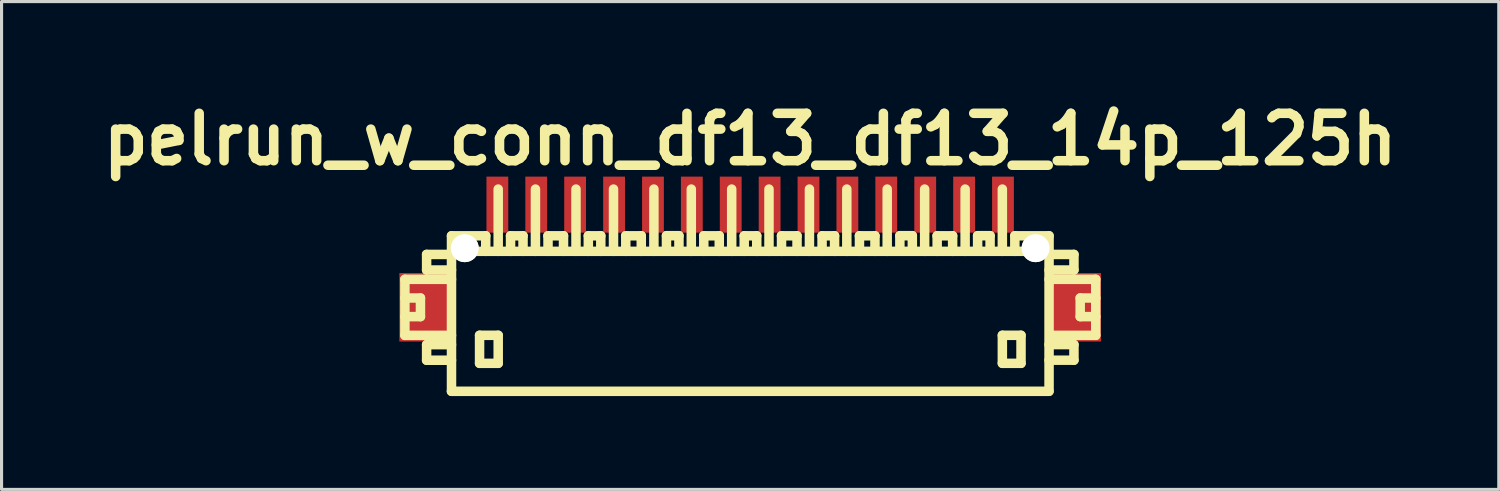
<source format=kicad_pcb>
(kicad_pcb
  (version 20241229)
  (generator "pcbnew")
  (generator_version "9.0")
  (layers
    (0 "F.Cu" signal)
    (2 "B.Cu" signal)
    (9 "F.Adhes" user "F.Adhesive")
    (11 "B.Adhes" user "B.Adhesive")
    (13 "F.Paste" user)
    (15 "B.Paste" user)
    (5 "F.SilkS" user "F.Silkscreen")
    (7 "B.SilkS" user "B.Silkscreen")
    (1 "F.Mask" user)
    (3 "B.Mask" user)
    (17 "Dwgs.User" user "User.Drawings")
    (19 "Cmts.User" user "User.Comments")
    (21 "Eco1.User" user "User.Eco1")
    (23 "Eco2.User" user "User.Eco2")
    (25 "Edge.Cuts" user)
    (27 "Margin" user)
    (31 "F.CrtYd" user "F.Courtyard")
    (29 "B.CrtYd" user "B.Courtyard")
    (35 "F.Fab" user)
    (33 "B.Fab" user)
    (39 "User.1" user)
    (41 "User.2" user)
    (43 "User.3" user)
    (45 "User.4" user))
  (footprint "pelrun_w_conn_df13_df13_14p_125h"
    (layer "F.Cu")
    (at 21.06 7.027)
    (property "Reference" "pelrun_w_conn_df13_df13_14p_125h" (at 0 -5.601 0) (layer "F.SilkS") (effects (font (size 1.524 1.524) (thickness 0.305))))
    (attr through_hole)
    (fp_line (start -11.097 -1.1) (end -11.097 0.701) (stroke (width 0.305) (type solid)) (layer "F.SilkS"))
    (fp_line (start -11.097 0.701) (end -9.599 0.701) (stroke (width 0.305) (type solid)) (layer "F.SilkS"))
    (fp_line (start -10.597 -0.5) (end -11.097 -0.5) (stroke (width 0.305) (type solid)) (layer "F.SilkS"))
    (fp_line (start -10.597 0.099) (end -11.097 0.099) (stroke (width 0.305) (type solid)) (layer "F.SilkS"))
    (fp_line (start -10.597 0.099) (end -10.597 -0.5) (stroke (width 0.305) (type solid)) (layer "F.SilkS"))
    (fp_line (start -10.399 -1.9) (end -10.399 -1.4) (stroke (width 0.305) (type solid)) (layer "F.SilkS"))
    (fp_line (start -10.399 -1.9) (end -9.599 -1.9) (stroke (width 0.305) (type solid)) (layer "F.SilkS"))
    (fp_line (start -10.399 1.001) (end -10.399 1.501) (stroke (width 0.305) (type solid)) (layer "F.SilkS"))
    (fp_line (start -10.399 1.501) (end -9.599 1.501) (stroke (width 0.305) (type solid)) (layer "F.SilkS"))
    (fp_line (start -9.601 2.499) (end 9.601 2.499) (stroke (width 0.305) (type solid)) (layer "F.SilkS"))
    (fp_line (start -9.599 -1.4) (end -10.399 -1.4) (stroke (width 0.305) (type solid)) (layer "F.SilkS"))
    (fp_line (start -9.599 -1.1) (end -11.097 -1.1) (stroke (width 0.305) (type solid)) (layer "F.SilkS"))
    (fp_line (start -9.599 1.001) (end -10.399 1.001) (stroke (width 0.305) (type solid)) (layer "F.SilkS"))
    (fp_line (start -9.599 2.499) (end -9.599 -2.499) (stroke (width 0.305) (type solid)) (layer "F.SilkS"))
    (fp_line (start -8.697 0.699) (end -8.697 1.6) (stroke (width 0.305) (type solid)) (layer "F.SilkS"))
    (fp_line (start -8.697 1.6) (end -8.098 1.6) (stroke (width 0.305) (type solid)) (layer "F.SilkS"))
    (fp_line (start -8.499 -2.499) (end -9.599 -2.499) (stroke (width 0.305) (type solid)) (layer "F.SilkS"))
    (fp_line (start -8.499 -2.499) (end -8.499 -1.999) (stroke (width 0.305) (type solid)) (layer "F.SilkS"))
    (fp_line (start -8.098 -4) (end -8.098 -1.999) (stroke (width 0.305) (type solid)) (layer "F.SilkS"))
    (fp_line (start -8.098 0.699) (end -8.697 0.699) (stroke (width 0.305) (type solid)) (layer "F.SilkS"))
    (fp_line (start -8.098 1.6) (end -8.098 0.699) (stroke (width 0.305) (type solid)) (layer "F.SilkS"))
    (fp_line (start -7.701 -2.499) (end -7.701 -1.999) (stroke (width 0.305) (type solid)) (layer "F.SilkS"))
    (fp_line (start -7.3 -2.499) (end -7.701 -2.499) (stroke (width 0.305) (type solid)) (layer "F.SilkS"))
    (fp_line (start -7.3 -2.499) (end -7.3 -1.999) (stroke (width 0.305) (type solid)) (layer "F.SilkS"))
    (fp_line (start -6.901 -1.999) (end -6.901 -4) (stroke (width 0.305) (type solid)) (layer "F.SilkS"))
    (fp_line (start -6.5 -2.499) (end -5.999 -2.499) (stroke (width 0.305) (type solid)) (layer "F.SilkS"))
    (fp_line (start -6.497 -1.999) (end -6.497 -2.499) (stroke (width 0.305) (type solid)) (layer "F.SilkS"))
    (fp_line (start -5.999 -2.499) (end -5.999 -1.999) (stroke (width 0.305) (type solid)) (layer "F.SilkS"))
    (fp_line (start -5.598 -1.999) (end -5.598 -4) (stroke (width 0.305) (type solid)) (layer "F.SilkS"))
    (fp_line (start -5.202 -2.499) (end -5.202 -1.999) (stroke (width 0.305) (type solid)) (layer "F.SilkS"))
    (fp_line (start -4.801 -2.499) (end -5.202 -2.499) (stroke (width 0.305) (type solid)) (layer "F.SilkS"))
    (fp_line (start -4.801 -2.499) (end -4.801 -1.999) (stroke (width 0.305) (type solid)) (layer "F.SilkS"))
    (fp_line (start -4.392 -1.999) (end -4.392 -4) (stroke (width 0.305) (type solid)) (layer "F.SilkS"))
    (fp_line (start -4 -2.499) (end -3.5 -2.499) (stroke (width 0.305) (type solid)) (layer "F.SilkS"))
    (fp_line (start -3.998 -1.999) (end -3.998 -2.499) (stroke (width 0.305) (type solid)) (layer "F.SilkS"))
    (fp_line (start -3.5 -2.499) (end -3.5 -1.999) (stroke (width 0.305) (type solid)) (layer "F.SilkS"))
    (fp_line (start -3.094 -1.999) (end -3.094 -4) (stroke (width 0.305) (type solid)) (layer "F.SilkS"))
    (fp_line (start -2.69 -2.502) (end -2.69 -2.002) (stroke (width 0.305) (type solid)) (layer "F.SilkS"))
    (fp_line (start -2.289 -2.502) (end -2.69 -2.502) (stroke (width 0.305) (type solid)) (layer "F.SilkS"))
    (fp_line (start -2.289 -2.502) (end -2.289 -2.002) (stroke (width 0.305) (type solid)) (layer "F.SilkS"))
    (fp_line (start -1.892 -1.999) (end -1.892 -4) (stroke (width 0.305) (type solid)) (layer "F.SilkS"))
    (fp_line (start -1.494 -2.499) (end -0.993 -2.499) (stroke (width 0.305) (type solid)) (layer "F.SilkS"))
    (fp_line (start -1.491 -1.999) (end -1.491 -2.499) (stroke (width 0.305) (type solid)) (layer "F.SilkS"))
    (fp_line (start -0.993 -2.499) (end -0.993 -1.999) (stroke (width 0.305) (type solid)) (layer "F.SilkS"))
    (fp_line (start -0.594 -1.999) (end -0.594 -4) (stroke (width 0.305) (type solid)) (layer "F.SilkS"))
    (fp_line (start -0.191 -2.499) (end -0.191 -1.999) (stroke (width 0.305) (type solid)) (layer "F.SilkS"))
    (fp_line (start 0.211 -2.499) (end -0.191 -2.499) (stroke (width 0.305) (type solid)) (layer "F.SilkS"))
    (fp_line (start 0.211 -2.499) (end 0.211 -1.999) (stroke (width 0.305) (type solid)) (layer "F.SilkS"))
    (fp_line (start 0.605 -1.999) (end 0.605 -4) (stroke (width 0.305) (type solid)) (layer "F.SilkS"))
    (fp_line (start 1.006 -2.499) (end 1.506 -2.499) (stroke (width 0.305) (type solid)) (layer "F.SilkS"))
    (fp_line (start 1.008 -1.999) (end 1.008 -2.499) (stroke (width 0.305) (type solid)) (layer "F.SilkS"))
    (fp_line (start 1.506 -2.499) (end 1.506 -1.999) (stroke (width 0.305) (type solid)) (layer "F.SilkS"))
    (fp_line (start 1.905 -1.999) (end 1.905 -4) (stroke (width 0.305) (type solid)) (layer "F.SilkS"))
    (fp_line (start 2.311 -2.499) (end 2.311 -1.999) (stroke (width 0.305) (type solid)) (layer "F.SilkS"))
    (fp_line (start 2.713 -2.499) (end 2.311 -2.499) (stroke (width 0.305) (type solid)) (layer "F.SilkS"))
    (fp_line (start 2.713 -2.499) (end 2.713 -1.999) (stroke (width 0.305) (type solid)) (layer "F.SilkS"))
    (fp_line (start 3.106 -1.999) (end 3.106 -4) (stroke (width 0.305) (type solid)) (layer "F.SilkS"))
    (fp_line (start 3.51 -2.499) (end 4.011 -2.499) (stroke (width 0.305) (type solid)) (layer "F.SilkS"))
    (fp_line (start 3.513 -1.999) (end 3.513 -2.499) (stroke (width 0.305) (type solid)) (layer "F.SilkS"))
    (fp_line (start 4.011 -2.499) (end 4.011 -1.999) (stroke (width 0.305) (type solid)) (layer "F.SilkS"))
    (fp_line (start 4.404 -1.999) (end 4.404 -4) (stroke (width 0.305) (type solid)) (layer "F.SilkS"))
    (fp_line (start 4.811 -2.502) (end 4.811 -2.002) (stroke (width 0.305) (type solid)) (layer "F.SilkS"))
    (fp_line (start 5.212 -2.502) (end 4.811 -2.502) (stroke (width 0.305) (type solid)) (layer "F.SilkS"))
    (fp_line (start 5.212 -2.502) (end 5.212 -2.002) (stroke (width 0.305) (type solid)) (layer "F.SilkS"))
    (fp_line (start 5.608 -1.999) (end 5.608 -4) (stroke (width 0.305) (type solid)) (layer "F.SilkS"))
    (fp_line (start 6.007 -2.499) (end 6.507 -2.499) (stroke (width 0.305) (type solid)) (layer "F.SilkS"))
    (fp_line (start 6.01 -1.999) (end 6.01 -2.499) (stroke (width 0.305) (type solid)) (layer "F.SilkS"))
    (fp_line (start 6.507 -2.499) (end 6.507 -1.999) (stroke (width 0.305) (type solid)) (layer "F.SilkS"))
    (fp_line (start 6.909 -1.999) (end 6.909 -4) (stroke (width 0.305) (type solid)) (layer "F.SilkS"))
    (fp_line (start 7.31 -2.502) (end 7.31 -2.002) (stroke (width 0.305) (type solid)) (layer "F.SilkS"))
    (fp_line (start 7.711 -2.502) (end 7.31 -2.502) (stroke (width 0.305) (type solid)) (layer "F.SilkS"))
    (fp_line (start 7.711 -2.502) (end 7.711 -2.002) (stroke (width 0.305) (type solid)) (layer "F.SilkS"))
    (fp_line (start 8.105 -1.999) (end 8.105 -4) (stroke (width 0.305) (type solid)) (layer "F.SilkS"))
    (fp_line (start 8.105 0.699) (end 8.705 0.699) (stroke (width 0.305) (type solid)) (layer "F.SilkS"))
    (fp_line (start 8.105 1.6) (end 8.105 0.699) (stroke (width 0.305) (type solid)) (layer "F.SilkS"))
    (fp_line (start 8.506 -2.499) (end 8.506 -1.999) (stroke (width 0.305) (type solid)) (layer "F.SilkS"))
    (fp_line (start 8.705 0.699) (end 8.705 1.6) (stroke (width 0.305) (type solid)) (layer "F.SilkS"))
    (fp_line (start 8.705 1.6) (end 8.105 1.6) (stroke (width 0.305) (type solid)) (layer "F.SilkS"))
    (fp_line (start 9.601 -1.999) (end -9.601 -1.999) (stroke (width 0.305) (type solid)) (layer "F.SilkS"))
    (fp_line (start 9.606 -2.499) (end 8.506 -2.499) (stroke (width 0.305) (type solid)) (layer "F.SilkS"))
    (fp_line (start 9.606 -2.499) (end 9.606 2.499) (stroke (width 0.305) (type solid)) (layer "F.SilkS"))
    (fp_line (start 9.606 -1.9) (end 10.406 -1.9) (stroke (width 0.305) (type solid)) (layer "F.SilkS"))
    (fp_line (start 9.606 0.998) (end 10.406 0.998) (stroke (width 0.305) (type solid)) (layer "F.SilkS"))
    (fp_line (start 10.406 -1.9) (end 10.406 -1.4) (stroke (width 0.305) (type solid)) (layer "F.SilkS"))
    (fp_line (start 10.406 -1.4) (end 9.606 -1.4) (stroke (width 0.305) (type solid)) (layer "F.SilkS"))
    (fp_line (start 10.406 0.998) (end 10.406 1.499) (stroke (width 0.305) (type solid)) (layer "F.SilkS"))
    (fp_line (start 10.406 1.499) (end 9.606 1.499) (stroke (width 0.305) (type solid)) (layer "F.SilkS"))
    (fp_line (start 10.607 0.099) (end 10.607 -0.5) (stroke (width 0.305) (type solid)) (layer "F.SilkS"))
    (fp_line (start 11.105 -1.1) (end 9.606 -1.1) (stroke (width 0.305) (type solid)) (layer "F.SilkS"))
    (fp_line (start 11.105 0.701) (end 9.705 0.701) (stroke (width 0.305) (type solid)) (layer "F.SilkS"))
    (fp_line (start 11.107 -1.1) (end 11.107 0.701) (stroke (width 0.305) (type solid)) (layer "F.SilkS"))
    (fp_line (start 11.107 -0.5) (end 10.607 -0.5) (stroke (width 0.305) (type solid)) (layer "F.SilkS"))
    (fp_line (start 11.107 0.099) (end 10.607 0.099) (stroke (width 0.305) (type solid)) (layer "F.SilkS"))
    (pad "" smd rect (at -10.475 -0.201) (size 1.6 2.2) (layers "F.Cu" "F.Mask" "F.Paste"))
    (pad "" np_thru_hole circle (at -9.174 -2.101) (size 0.899 0.899) (drill 0.899) (layers "*.Cu" "*.Mask" "F.SilkS"))
    (pad "" np_thru_hole circle (at 9.174 -2.101) (size 0.899 0.899) (drill 0.899) (layers "*.Cu" "*.Mask" "F.SilkS"))
    (pad "" smd rect (at 10.475 -0.201) (size 1.6 2.2) (layers "F.Cu" "F.Mask" "F.Paste"))
    (pad "1" smd rect (at 8.125 -3.5) (size 0.701 1.801) (layers "F.Cu" "F.Mask" "F.Paste"))
    (pad "2" smd rect (at 6.876 -3.5) (size 0.701 1.801) (layers "F.Cu" "F.Mask" "F.Paste"))
    (pad "3" smd rect (at 5.626 -3.5) (size 0.701 1.801) (layers "F.Cu" "F.Mask" "F.Paste"))
    (pad "4" smd rect (at 4.374 -3.5) (size 0.701 1.801) (layers "F.Cu" "F.Mask" "F.Paste"))
    (pad "5" smd rect (at 3.124 -3.5) (size 0.701 1.801) (layers "F.Cu" "F.Mask" "F.Paste"))
    (pad "6" smd rect (at 1.875 -3.5) (size 0.701 1.801) (layers "F.Cu" "F.Mask" "F.Paste"))
    (pad "7" smd rect (at 0.625 -3.5) (size 0.701 1.801) (layers "F.Cu" "F.Mask" "F.Paste"))
    (pad "8" smd rect (at -0.625 -3.5) (size 0.701 1.801) (layers "F.Cu" "F.Mask" "F.Paste"))
    (pad "9" smd rect (at -1.875 -3.5) (size 0.701 1.801) (layers "F.Cu" "F.Mask" "F.Paste"))
    (pad "10" smd rect (at -3.124 -3.5) (size 0.701 1.801) (layers "F.Cu" "F.Mask" "F.Paste"))
    (pad "11" smd rect (at -4.374 -3.5) (size 0.701 1.801) (layers "F.Cu" "F.Mask" "F.Paste"))
    (pad "12" smd rect (at -5.626 -3.5) (size 0.701 1.801) (layers "F.Cu" "F.Mask" "F.Paste"))
    (pad "13" smd rect (at -6.876 -3.5) (size 0.701 1.801) (layers "F.Cu" "F.Mask" "F.Paste"))
    (pad "14" smd rect (at -8.125 -3.5) (size 0.701 1.801) (layers "F.Cu" "F.Mask" "F.Paste")))
  (gr_rect
    (start -3 -3)
    (end 45.12 12.679)
    (stroke (width 0.1) (type default))
    (fill no)
    (layer "Edge.Cuts")))
</source>
